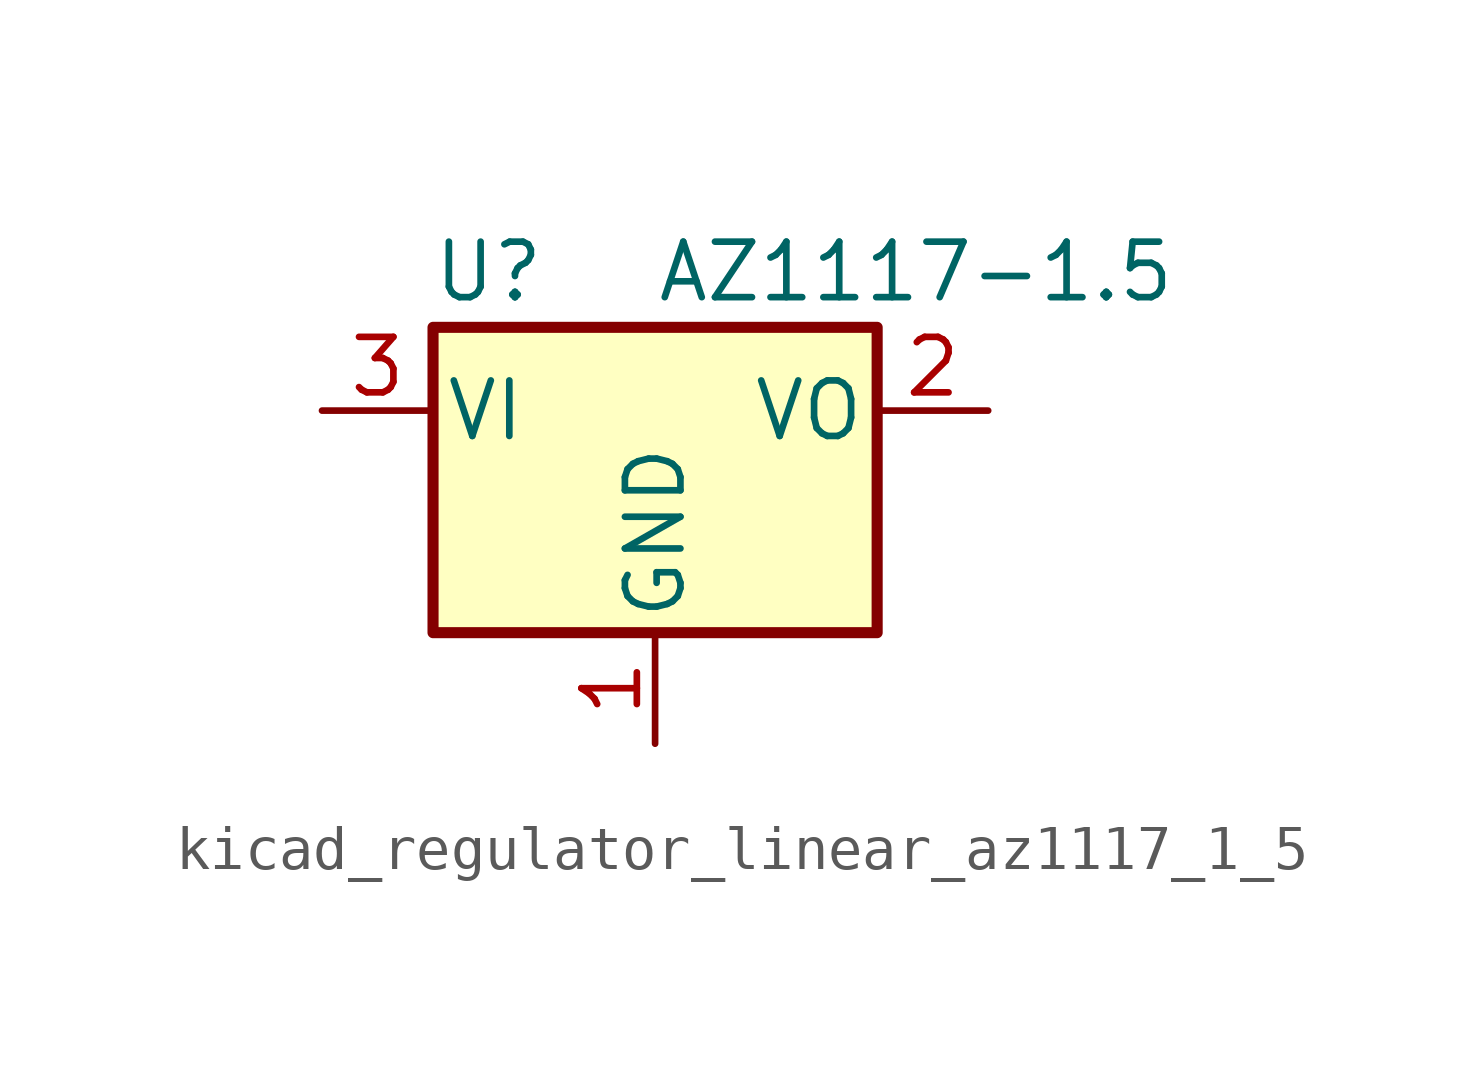
<source format=kicad_sym>
(kicad_symbol_lib
  (version 20220914)
  (generator kicad_symbol_editor)
  (symbol "kicad_regulator_linear_az1117_1_5"
    (pin_names
      (offset 0.254))
    (property "Reference" "U"
      (at -3.81 3.175 0)
      (effects (font (size 1.27 1.27))))
    (property "Value" "AZ1117-1.5"
      (at 0 3.175 0)
      (effects (font (size 1.27 1.27)) (justify left)))
    (symbol "kicad_regulator_linear_az1117_1_5_0_1"
      (rectangle (start -5.08 1.905) (end 5.08 -5.08) (stroke (width 0.254) (type default)) (fill (type background))))
    (symbol "kicad_regulator_linear_az1117_1_5_1_1"
      (pin power_in line (at 0 -7.62 90) (length 2.54) (name "GND" (effects (font (size 1.27 1.27)))) (number "1" (effects (font (size 1.27 1.27)))))
      (pin power_out line (at 7.62 0 180) (length 2.54) (name "VO" (effects (font (size 1.27 1.27)))) (number "2" (effects (font (size 1.27 1.27)))))
      (pin power_in line (at -7.62 0 0) (length 2.54) (name "VI" (effects (font (size 1.27 1.27)))) (number "3" (effects (font (size 1.27 1.27))))))))
</source>
